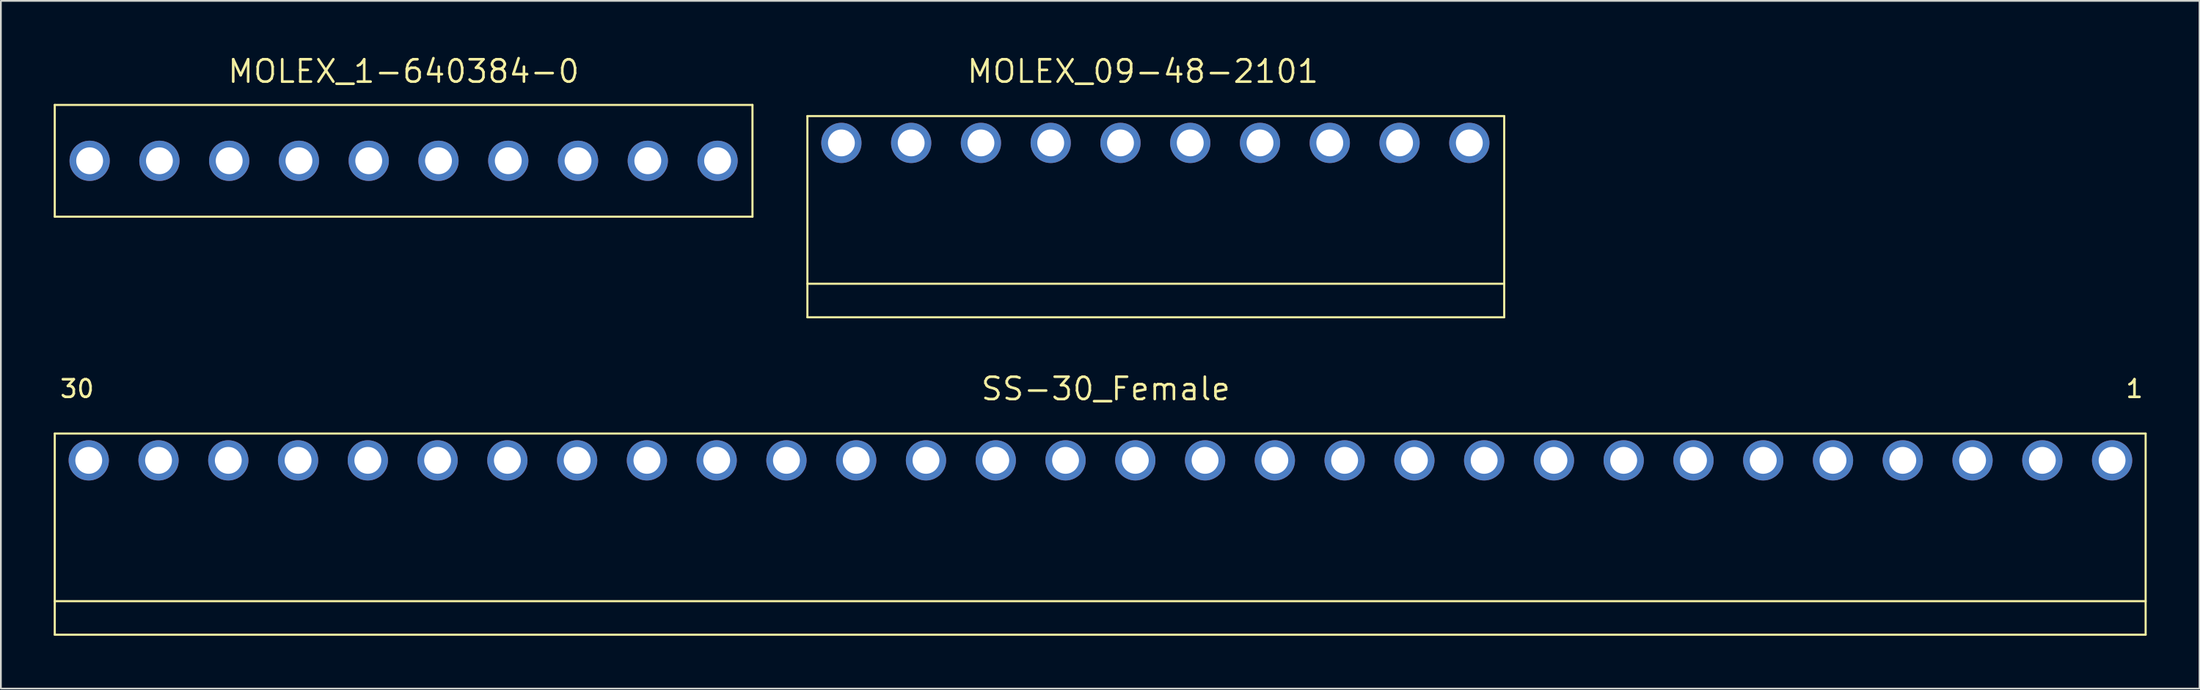
<source format=kicad_pcb>
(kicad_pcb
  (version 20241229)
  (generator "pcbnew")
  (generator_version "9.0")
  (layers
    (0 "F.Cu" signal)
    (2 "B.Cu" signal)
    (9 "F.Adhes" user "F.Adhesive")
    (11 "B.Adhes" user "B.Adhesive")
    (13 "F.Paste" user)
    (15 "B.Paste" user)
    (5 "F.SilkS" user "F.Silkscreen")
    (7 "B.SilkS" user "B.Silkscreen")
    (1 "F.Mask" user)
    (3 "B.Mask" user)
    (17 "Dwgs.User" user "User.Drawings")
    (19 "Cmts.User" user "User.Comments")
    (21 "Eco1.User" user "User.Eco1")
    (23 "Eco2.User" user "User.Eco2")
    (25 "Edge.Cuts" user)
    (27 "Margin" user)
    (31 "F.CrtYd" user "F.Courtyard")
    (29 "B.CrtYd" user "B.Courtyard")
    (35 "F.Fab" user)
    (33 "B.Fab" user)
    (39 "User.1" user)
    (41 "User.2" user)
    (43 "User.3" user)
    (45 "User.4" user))
  (footprint "MOLEX_09-48-2101"
    (layer "F.Cu")
    (at 61.854 8.626)
    (property "Reference" "MOLEX_09-48-2101" (at 0 -7.62 0) (layer "F.SilkS") (effects (font (size 1.27 1.27) (thickness 0.15))))
    (attr through_hole)
    (fp_line (start -19.05 -5.08) (end 20.523 -5.08) (stroke (width 0.12) (type solid)) (layer "F.SilkS"))
    (fp_line (start -19.05 4.445) (end 20.523 4.445) (stroke (width 0.12) (type solid)) (layer "F.SilkS"))
    (fp_line (start -19.05 6.35) (end -19.05 -5.08) (stroke (width 0.12) (type solid)) (layer "F.SilkS"))
    (fp_line (start -19.05 6.35) (end 20.523 6.35) (stroke (width 0.12) (type solid)) (layer "F.SilkS"))
    (fp_line (start 20.523 -5.08) (end 20.523 6.35) (stroke (width 0.12) (type solid)) (layer "F.SilkS"))
    (pad "1" thru_hole circle (at 18.542 -3.556) (size 2.286 2.286) (drill 1.524) (layers "*.Cu" "*.Mask"))
    (pad "2" thru_hole circle (at 14.58 -3.556) (size 2.286 2.286) (drill 1.524) (layers "*.Cu" "*.Mask"))
    (pad "3" thru_hole circle (at 10.617 -3.556) (size 2.286 2.286) (drill 1.524) (layers "*.Cu" "*.Mask"))
    (pad "4" thru_hole circle (at 6.655 -3.556) (size 2.286 2.286) (drill 1.524) (layers "*.Cu" "*.Mask"))
    (pad "5" thru_hole circle (at 2.692 -3.556) (size 2.286 2.286) (drill 1.524) (layers "*.Cu" "*.Mask"))
    (pad "6" thru_hole circle (at -1.27 -3.556) (size 2.286 2.286) (drill 1.524) (layers "*.Cu" "*.Mask"))
    (pad "7" thru_hole circle (at -5.232 -3.556) (size 2.286 2.286) (drill 1.524) (layers "*.Cu" "*.Mask"))
    (pad "8" thru_hole circle (at -9.195 -3.556) (size 2.286 2.286) (drill 1.524) (layers "*.Cu" "*.Mask"))
    (pad "9" thru_hole circle (at -13.157 -3.556) (size 2.286 2.286) (drill 1.524) (layers "*.Cu" "*.Mask"))
    (pad "10" thru_hole circle (at -17.12 -3.556) (size 2.286 2.286) (drill 1.524) (layers "*.Cu" "*.Mask")))
  (footprint "MOLEX_1-640384-0"
    (layer "F.Cu")
    (at 19.872 6.086)
    (property "Reference" "MOLEX_1-640384-0" (at 0 -5.08 0) (layer "F.SilkS") (effects (font (size 1.27 1.27) (thickness 0.15))))
    (attr through_hole)
    (fp_line (start -19.812 -3.175) (end -19.812 3.175) (stroke (width 0.12) (type solid)) (layer "F.SilkS"))
    (fp_line (start -19.812 -3.175) (end 19.812 -3.175) (stroke (width 0.12) (type solid)) (layer "F.SilkS"))
    (fp_line (start -19.812 3.175) (end 19.812 3.175) (stroke (width 0.12) (type solid)) (layer "F.SilkS"))
    (fp_line (start 19.812 -3.175) (end 19.812 3.175) (stroke (width 0.12) (type solid)) (layer "F.SilkS"))
    (pad "1" thru_hole circle (at 17.831 0) (size 2.286 2.286) (drill 1.524) (layers "*.Cu" "*.Mask"))
    (pad "2" thru_hole circle (at 13.868 0) (size 2.286 2.286) (drill 1.524) (layers "*.Cu" "*.Mask"))
    (pad "3" thru_hole circle (at 9.906 0) (size 2.286 2.286) (drill 1.524) (layers "*.Cu" "*.Mask"))
    (pad "4" thru_hole circle (at 5.944 0) (size 2.286 2.286) (drill 1.524) (layers "*.Cu" "*.Mask"))
    (pad "5" thru_hole circle (at 1.981 0) (size 2.286 2.286) (drill 1.524) (layers "*.Cu" "*.Mask"))
    (pad "6" thru_hole circle (at -1.981 0) (size 2.286 2.286) (drill 1.524) (layers "*.Cu" "*.Mask"))
    (pad "7" thru_hole circle (at -5.944 0) (size 2.286 2.286) (drill 1.524) (layers "*.Cu" "*.Mask"))
    (pad "8" thru_hole circle (at -9.906 0) (size 2.286 2.286) (drill 1.524) (layers "*.Cu" "*.Mask"))
    (pad "9" thru_hole circle (at -13.868 0) (size 2.286 2.286) (drill 1.524) (layers "*.Cu" "*.Mask"))
    (pad "10" thru_hole circle (at -17.831 0) (size 2.286 2.286) (drill 1.524) (layers "*.Cu" "*.Mask")))
  (footprint "SS-30_Female"
    (layer "F.Cu")
    (at 59.75 26.662)
    (property "Reference" "SS-30_Female" (at 0 -7.62 0) (layer "F.SilkS") (effects (font (size 1.27 1.27) (thickness 0.15))))
    (attr through_hole)
    (fp_line (start -59.69 -5.08) (end 59.055 -5.08) (stroke (width 0.12) (type solid)) (layer "F.SilkS"))
    (fp_line (start -59.69 4.445) (end 59.055 4.445) (stroke (width 0.12) (type solid)) (layer "F.SilkS"))
    (fp_line (start -59.69 6.35) (end -59.69 -5.08) (stroke (width 0.12) (type solid)) (layer "F.SilkS"))
    (fp_line (start -59.69 6.35) (end 59.055 6.35) (stroke (width 0.12) (type solid)) (layer "F.SilkS"))
    (fp_line (start 59.055 -5.08) (end 59.055 6.35) (stroke (width 0.12) (type solid)) (layer "F.SilkS"))
    (fp_text user "30" (at -58.42 -7.62 0) (layer "F.SilkS") (effects (font (size 1 1) (thickness 0.15))))
    (fp_text user "1" (at 58.42 -7.62 0) (layer "F.SilkS") (effects (font (size 1 1) (thickness 0.15))))
    (pad "1" thru_hole circle (at 57.15 -3.556) (size 2.286 2.286) (drill 1.524) (layers "*.Cu" "*.Mask"))
    (pad "2" thru_hole circle (at 53.188 -3.556) (size 2.286 2.286) (drill 1.524) (layers "*.Cu" "*.Mask"))
    (pad "3" thru_hole circle (at 49.225 -3.556) (size 2.286 2.286) (drill 1.524) (layers "*.Cu" "*.Mask"))
    (pad "4" thru_hole circle (at 45.263 -3.556) (size 2.286 2.286) (drill 1.524) (layers "*.Cu" "*.Mask"))
    (pad "5" thru_hole circle (at 41.3 -3.556) (size 2.286 2.286) (drill 1.524) (layers "*.Cu" "*.Mask"))
    (pad "6" thru_hole circle (at 37.338 -3.556) (size 2.286 2.286) (drill 1.524) (layers "*.Cu" "*.Mask"))
    (pad "7" thru_hole circle (at 33.376 -3.556) (size 2.286 2.286) (drill 1.524) (layers "*.Cu" "*.Mask"))
    (pad "8" thru_hole circle (at 29.413 -3.556) (size 2.286 2.286) (drill 1.524) (layers "*.Cu" "*.Mask"))
    (pad "9" thru_hole circle (at 25.451 -3.556) (size 2.286 2.286) (drill 1.524) (layers "*.Cu" "*.Mask"))
    (pad "10" thru_hole circle (at 21.488 -3.556) (size 2.286 2.286) (drill 1.524) (layers "*.Cu" "*.Mask"))
    (pad "11" thru_hole circle (at 17.526 -3.556) (size 2.286 2.286) (drill 1.524) (layers "*.Cu" "*.Mask"))
    (pad "12" thru_hole circle (at 13.564 -3.556) (size 2.286 2.286) (drill 1.524) (layers "*.Cu" "*.Mask"))
    (pad "13" thru_hole circle (at 9.601 -3.556) (size 2.286 2.286) (drill 1.524) (layers "*.Cu" "*.Mask"))
    (pad "14" thru_hole circle (at 5.639 -3.556) (size 2.286 2.286) (drill 1.524) (layers "*.Cu" "*.Mask"))
    (pad "15" thru_hole circle (at 1.676 -3.556) (size 2.286 2.286) (drill 1.524) (layers "*.Cu" "*.Mask"))
    (pad "16" thru_hole circle (at -2.286 -3.556) (size 2.286 2.286) (drill 1.524) (layers "*.Cu" "*.Mask"))
    (pad "17" thru_hole circle (at -6.248 -3.556) (size 2.286 2.286) (drill 1.524) (layers "*.Cu" "*.Mask"))
    (pad "18" thru_hole circle (at -10.211 -3.556) (size 2.286 2.286) (drill 1.524) (layers "*.Cu" "*.Mask"))
    (pad "19" thru_hole circle (at -14.173 -3.556) (size 2.286 2.286) (drill 1.524) (layers "*.Cu" "*.Mask"))
    (pad "20" thru_hole circle (at -18.136 -3.556) (size 2.286 2.286) (drill 1.524) (layers "*.Cu" "*.Mask"))
    (pad "21" thru_hole circle (at -22.098 -3.556) (size 2.286 2.286) (drill 1.524) (layers "*.Cu" "*.Mask"))
    (pad "22" thru_hole circle (at -26.06 -3.556) (size 2.286 2.286) (drill 1.524) (layers "*.Cu" "*.Mask"))
    (pad "23" thru_hole circle (at -30.023 -3.556) (size 2.286 2.286) (drill 1.524) (layers "*.Cu" "*.Mask"))
    (pad "24" thru_hole circle (at -33.985 -3.556) (size 2.286 2.286) (drill 1.524) (layers "*.Cu" "*.Mask"))
    (pad "25" thru_hole circle (at -37.948 -3.556) (size 2.286 2.286) (drill 1.524) (layers "*.Cu" "*.Mask"))
    (pad "26" thru_hole circle (at -41.91 -3.556) (size 2.286 2.286) (drill 1.524) (layers "*.Cu" "*.Mask"))
    (pad "27" thru_hole circle (at -45.872 -3.556) (size 2.286 2.286) (drill 1.524) (layers "*.Cu" "*.Mask"))
    (pad "28" thru_hole circle (at -49.835 -3.556) (size 2.286 2.286) (drill 1.524) (layers "*.Cu" "*.Mask"))
    (pad "29" thru_hole circle (at -53.797 -3.556) (size 2.286 2.286) (drill 1.524) (layers "*.Cu" "*.Mask"))
    (pad "30" thru_hole circle (at -57.76 -3.556) (size 2.286 2.286) (drill 1.524) (layers "*.Cu" "*.Mask")))
  (gr_rect
    (start -3 -3)
    (end 121.865 36.072)
    (stroke (width 0.1) (type default))
    (fill no)
    (layer "Edge.Cuts")))
</source>
